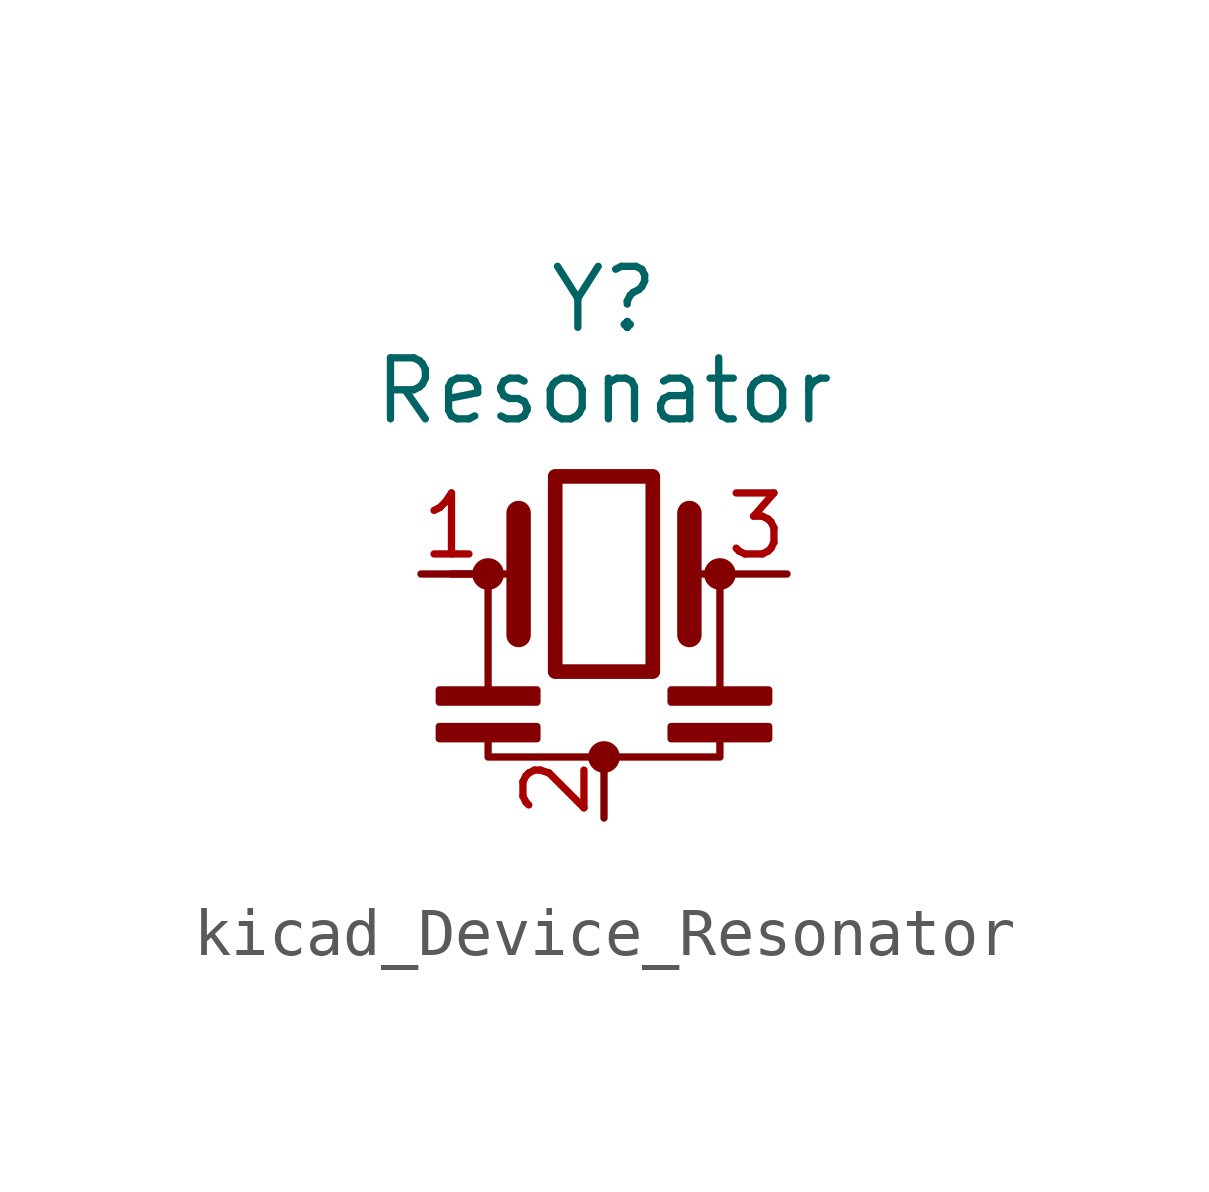
<source format=kicad_sym>
(kicad_symbol_lib
  (version 20220914)
  (generator kicad_symbol_editor)
  (symbol "kicad_Device_Resonator"
    (pin_names
      (offset 1.016) hide)
    (property "Reference" "Y"
      (at 0 5.715 0)
      (effects (font (size 1.27 1.27))))
    (property "Value" "Resonator"
      (at 0 3.81 0)
      (effects (font (size 1.27 1.27))))
    (symbol "kicad_Device_Resonator_0_1"
      (rectangle (start -3.429 -3.175) (end -1.397 -3.429) (stroke (width 0) (type default)) (fill (type outline)))
      (rectangle (start -3.429 -2.413) (end -1.397 -2.667) (stroke (width 0) (type default)) (fill (type outline)))
      (circle (center -2.413 0) (radius 0.254) (stroke (width 0) (type default)) (fill (type outline)))
      (rectangle (start -1.016 2.032) (end 1.016 -2.032) (stroke (width 0.305) (type default)) (fill (type none)))
      (circle (center 0 -3.81) (radius 0.254) (stroke (width 0) (type default)) (fill (type outline)))
      (polyline (pts (xy -2.413 -2.413) (xy -2.413 0)) (stroke (width 0) (type default)) (fill (type none)))
      (polyline (pts (xy -1.905 0) (xy -3.175 0)) (stroke (width 0) (type default)) (fill (type none)))
      (polyline (pts (xy -1.778 -1.27) (xy -1.778 1.27)) (stroke (width 0.508) (type default)) (fill (type none)))
      (polyline (pts (xy 1.778 -1.27) (xy 1.778 1.27)) (stroke (width 0.508) (type default)) (fill (type none)))
      (polyline (pts (xy 1.905 0) (xy 2.54 0)) (stroke (width 0) (type default)) (fill (type none)))
      (polyline (pts (xy 2.413 0) (xy 2.413 -2.54)) (stroke (width 0) (type default)) (fill (type none)))
      (polyline (pts (xy 2.413 -3.302) (xy 2.413 -3.81) (xy -2.413 -3.81) (xy -2.413 -3.302)) (stroke (width 0) (type default)) (fill (type none)))
      (rectangle (start 1.397 -3.175) (end 3.429 -3.429) (stroke (width 0) (type default)) (fill (type outline)))
      (rectangle (start 1.397 -2.413) (end 3.429 -2.667) (stroke (width 0) (type default)) (fill (type outline)))
      (circle (center 2.413 0) (radius 0.254) (stroke (width 0) (type default)) (fill (type outline))))
    (symbol "kicad_Device_Resonator_1_1"
      (pin passive line (at -3.81 0 0) (length 1.27) (name "1" (effects (font (size 1.27 1.27)))) (number "1" (effects (font (size 1.27 1.27)))))
      (pin passive line (at 0 -5.08 90) (length 1.27) (name "2" (effects (font (size 1.27 1.27)))) (number "2" (effects (font (size 1.27 1.27)))))
      (pin passive line (at 3.81 0 180) (length 1.27) (name "3" (effects (font (size 1.27 1.27)))) (number "3" (effects (font (size 1.27 1.27))))))))
</source>
